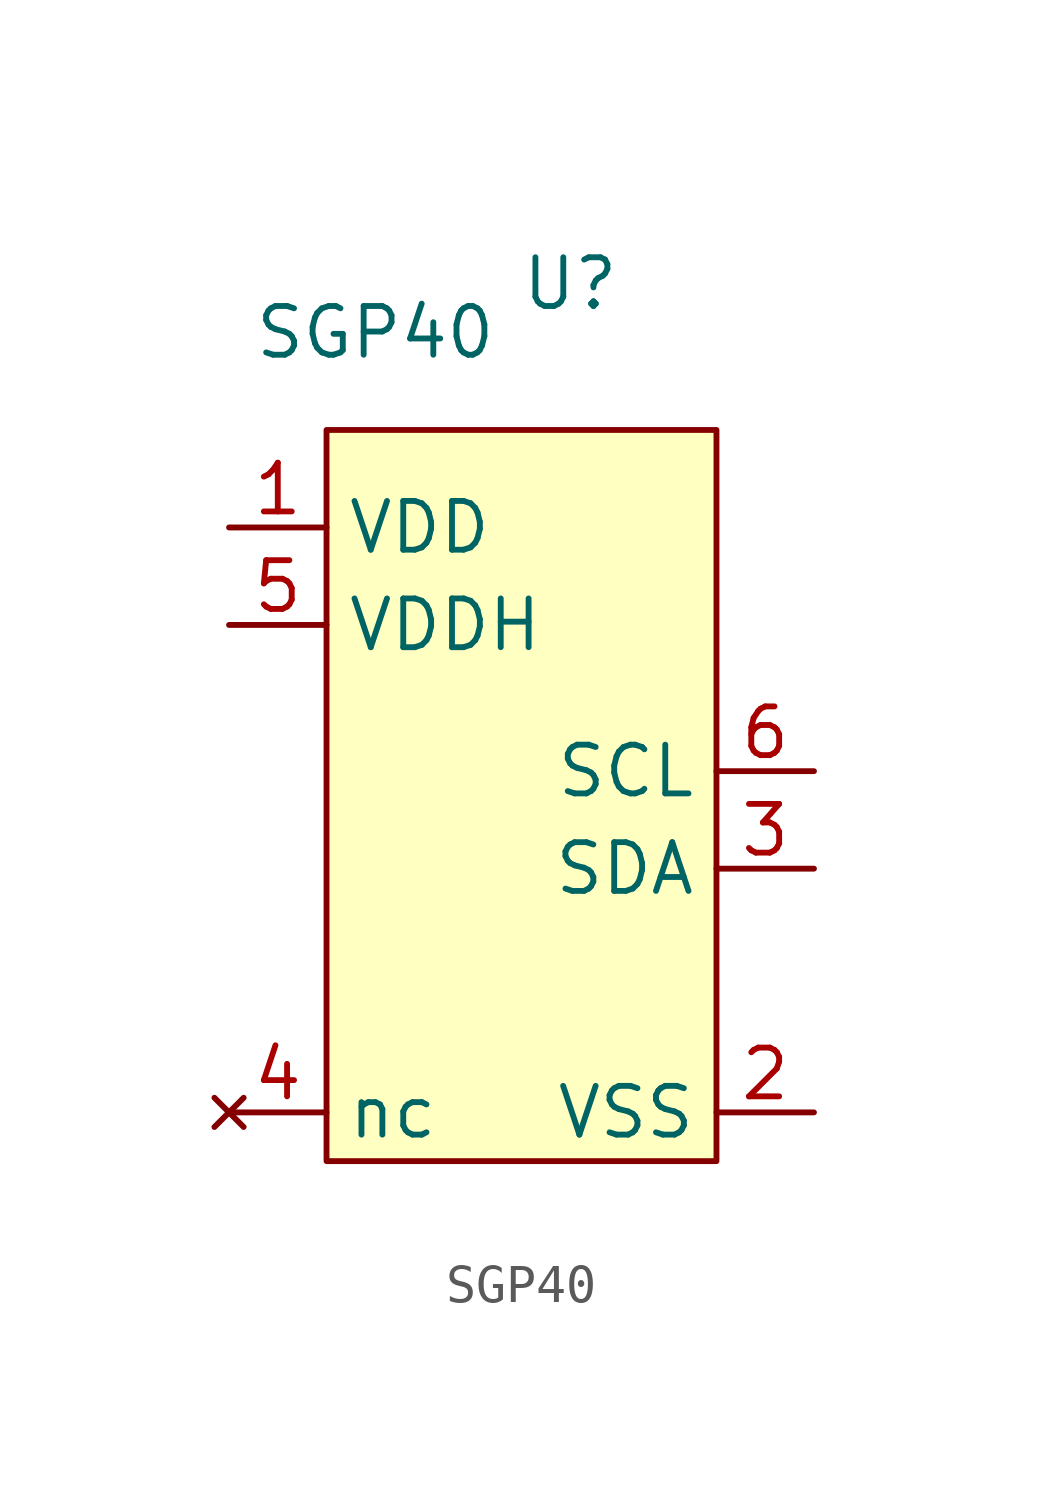
<source format=kicad_sym>
(kicad_symbol_lib
  (version 20211014)
  (generator kicad_symbol_editor)
  (symbol "SGP40"
    (property "Reference" "U"
      (at 1.27 13.97 0)
      (effects (font (size 1.27 1.27))))
    (property "Value" "SGP40"
      (at -3.81 12.7 0)
      (effects (font (size 1.27 1.27))))
    (symbol "SGP40_0_1"
      (rectangle (start -5.08 10.16) (end 5.08 -8.89) (stroke (width 0) (type default) (color 0 0 0 0)) (fill (type background))))
    (symbol "SGP40_1_1"
      (pin power_in line (at -7.62 7.62 0) (length 2.54) (name "VDD" (effects (font (size 1.27 1.27)))) (number "1" (effects (font (size 1.27 1.27)))))
      (pin power_in line (at 7.62 -7.62 180) (length 2.54) (name "VSS" (effects (font (size 1.27 1.27)))) (number "2" (effects (font (size 1.27 1.27)))))
      (pin bidirectional line (at 7.62 -1.27 180) (length 2.54) (name "SDA" (effects (font (size 1.27 1.27)))) (number "3" (effects (font (size 1.27 1.27)))))
      (pin no_connect line (at -7.62 -7.62 0) (length 2.54) (name "nc" (effects (font (size 1.27 1.27)))) (number "4" (effects (font (size 1.27 1.27)))))
      (pin power_in line (at -7.62 5.08 0) (length 2.54) (name "VDDH" (effects (font (size 1.27 1.27)))) (number "5" (effects (font (size 1.27 1.27)))))
      (pin bidirectional line (at 7.62 1.27 180) (length 2.54) (name "SCL" (effects (font (size 1.27 1.27)))) (number "6" (effects (font (size 1.27 1.27))))))))
</source>
